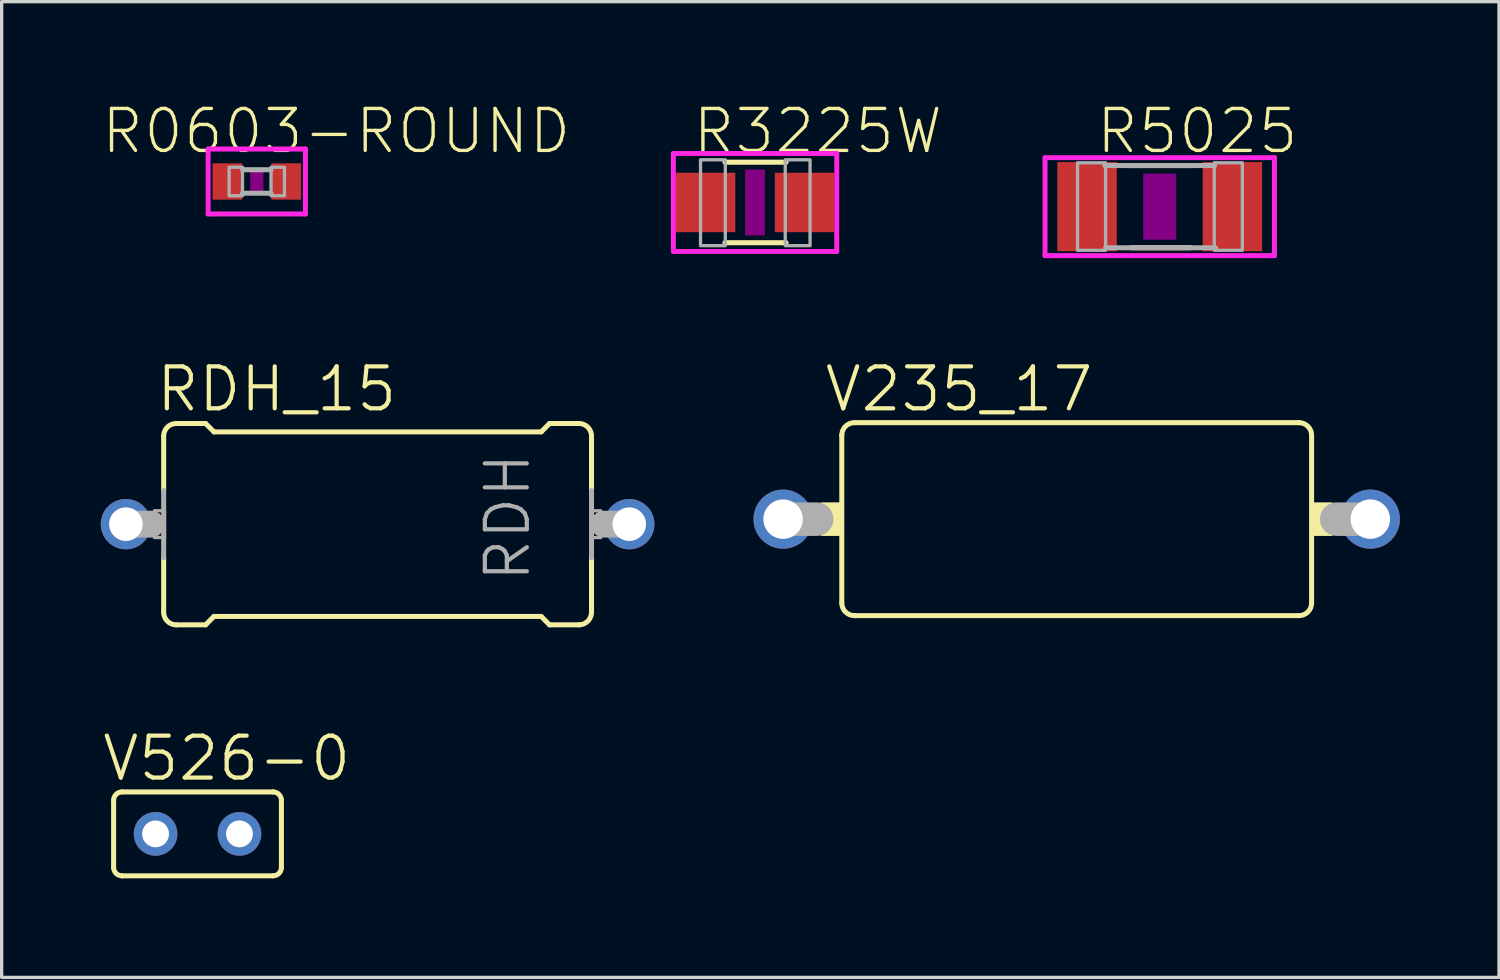
<source format=kicad_pcb>
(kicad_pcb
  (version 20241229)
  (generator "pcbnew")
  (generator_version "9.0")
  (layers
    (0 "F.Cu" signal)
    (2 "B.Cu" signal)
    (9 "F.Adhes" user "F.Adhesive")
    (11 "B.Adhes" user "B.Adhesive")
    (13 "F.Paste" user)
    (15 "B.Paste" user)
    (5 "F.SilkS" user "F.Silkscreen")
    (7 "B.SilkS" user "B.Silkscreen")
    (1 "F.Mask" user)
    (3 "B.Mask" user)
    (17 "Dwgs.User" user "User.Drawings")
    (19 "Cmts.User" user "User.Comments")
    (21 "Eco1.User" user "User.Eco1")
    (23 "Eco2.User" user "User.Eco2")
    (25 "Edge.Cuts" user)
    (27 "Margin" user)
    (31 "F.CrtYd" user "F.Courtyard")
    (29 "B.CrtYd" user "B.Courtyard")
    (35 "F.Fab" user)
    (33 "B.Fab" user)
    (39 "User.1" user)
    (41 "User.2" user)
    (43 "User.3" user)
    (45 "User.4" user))
  (footprint "R3225W"
    (layer "F.Cu")
    (at 19.811 3.08)
    (property "Reference" "R3225W" (at 1.899 -2.159 0) (layer "F.SilkS") (effects (font (size 1.27 1.27) (thickness 0.102))))
    (attr through_hole)
    (fp_line (start -0.913 -1.219) (end 0.939 -1.219) (stroke (width 0.152) (type solid)) (layer "F.SilkS"))
    (fp_line (start -0.913 1.219) (end 0.939 1.219) (stroke (width 0.152) (type solid)) (layer "F.SilkS"))
    (fp_poly (pts (xy -0.3 -1) (xy 0.3 -1) (xy 0.3 1) (xy -0.3 1)) (stroke (width 0) (type solid)) (fill yes) (layer "F.Adhes"))
    (fp_line (start -2.473 -1.483) (end 2.473 -1.483) (stroke (width 0.15) (type solid)) (layer "F.CrtYd"))
    (fp_line (start -2.473 1.483) (end -2.473 -1.483) (stroke (width 0.15) (type solid)) (layer "F.CrtYd"))
    (fp_line (start 2.473 -1.483) (end 2.473 1.483) (stroke (width 0.15) (type solid)) (layer "F.CrtYd"))
    (fp_line (start 2.473 1.483) (end -2.473 1.483) (stroke (width 0.15) (type solid)) (layer "F.CrtYd"))
    (fp_poly (pts (xy -1.651 -1.292) (xy -0.901 -1.292) (xy -0.901 1.308) (xy -1.651 1.308)) (stroke (width 0.1) (type solid)) (fill no) (layer "F.Fab"))
    (fp_poly (pts (xy 0.914 -1.292) (xy 1.665 -1.292) (xy 1.665 1.308) (xy 0.914 1.308)) (stroke (width 0.1) (type solid)) (fill no) (layer "F.Fab"))
    (pad "1" smd rect (at -1.499 0) (size 1.8 1.8) (layers "F.Cu" "F.Mask" "F.Paste"))
    (pad "2" smd rect (at 1.499 0) (size 1.8 1.8) (layers "F.Cu" "F.Mask" "F.Paste")))
  (footprint "R0603-ROUND"
    (layer "F.Cu")
    (at 4.724 2.445)
    (property "Reference" "R0603-ROUND" (at 2.407 -1.524 0) (layer "F.SilkS") (effects (font (size 1.27 1.27) (thickness 0.102))))
    (attr through_hole)
    (fp_poly (pts (xy -0.2 -0.4) (xy 0.2 -0.4) (xy 0.2 0.4) (xy -0.2 0.4)) (stroke (width 0) (type solid)) (fill yes) (layer "F.Adhes"))
    (fp_line (start -1.473 -0.983) (end 1.473 -0.983) (stroke (width 0.15) (type solid)) (layer "F.CrtYd"))
    (fp_line (start -1.473 0.983) (end -1.473 -0.983) (stroke (width 0.15) (type solid)) (layer "F.CrtYd"))
    (fp_line (start 1.473 -0.983) (end 1.473 0.983) (stroke (width 0.15) (type solid)) (layer "F.CrtYd"))
    (fp_line (start 1.473 0.983) (end -1.473 0.983) (stroke (width 0.15) (type solid)) (layer "F.CrtYd"))
    (fp_line (start -0.432 0.356) (end 0.432 0.356) (stroke (width 0.152) (type solid)) (layer "F.Fab"))
    (fp_line (start 0.432 -0.356) (end -0.432 -0.356) (stroke (width 0.152) (type solid)) (layer "F.Fab"))
    (fp_poly (pts (xy -0.838 -0.432) (xy -0.432 -0.432) (xy -0.432 0.432) (xy -0.838 0.432)) (stroke (width 0.1) (type solid)) (fill no) (layer "F.Fab"))
    (fp_poly (pts (xy 0.432 -0.432) (xy 0.838 -0.432) (xy 0.838 0.432) (xy 0.432 0.432)) (stroke (width 0.1) (type solid)) (fill no) (layer "F.Fab"))
    (pad "1" smd rect (at -0.889 0) (size 0.898 1.1) (layers "F.Cu" "F.Mask" "F.Paste"))
    (pad "2" smd rect (at 0.889 0) (size 0.898 1.1) (layers "F.Cu" "F.Mask" "F.Paste")))
  (footprint "V235_17"
    (layer "F.Cu")
    (at 29.549 12.668)
    (property "Reference" "V235_17" (at -3.562 -3.937 0) (layer "F.SilkS") (effects (font (size 1.27 1.27) (thickness 0.127))))
    (attr through_hole)
    (fp_line (start -7.112 -2.54) (end -7.112 2.54) (stroke (width 0.152) (type solid)) (layer "F.SilkS"))
    (fp_line (start -6.731 -2.921) (end 6.731 -2.921) (stroke (width 0.152) (type solid)) (layer "F.SilkS"))
    (fp_line (start 6.731 2.921) (end -6.731 2.921) (stroke (width 0.152) (type solid)) (layer "F.SilkS"))
    (fp_line (start 7.112 -2.54) (end 7.112 2.54) (stroke (width 0.152) (type solid)) (layer "F.SilkS"))
    (fp_arc (start -7.112 -2.54) (mid -7.000408 -2.809408) (end -6.731 -2.921) (stroke (width 0.1524) (type solid)) (layer "F.SilkS"))
    (fp_arc (start -6.731 2.921) (mid -7.000408 2.809408) (end -7.112 2.54) (stroke (width 0.1524) (type solid)) (layer "F.SilkS"))
    (fp_arc (start 6.731 -2.921) (mid 7.000408 -2.809408) (end 7.112 -2.54) (stroke (width 0.1524) (type solid)) (layer "F.SilkS"))
    (fp_arc (start 7.112 2.54) (mid 7.000408 2.809408) (end 6.731 2.921) (stroke (width 0.1524) (type solid)) (layer "F.SilkS"))
    (fp_poly (pts (xy -7.747 -0.508) (xy -7.112 -0.508) (xy -7.112 0.508) (xy -7.747 0.508)) (stroke (width 0) (type solid)) (fill yes) (layer "F.SilkS"))
    (fp_poly (pts (xy 7.112 -0.508) (xy 7.747 -0.508) (xy 7.747 0.508) (xy 7.112 0.508)) (stroke (width 0) (type solid)) (fill yes) (layer "F.SilkS"))
    (fp_line (start -7.874 0) (end -8.89 0) (stroke (width 1.016) (type solid)) (layer "F.Fab"))
    (fp_line (start 8.89 0) (end 7.874 0) (stroke (width 1.016) (type solid)) (layer "F.Fab"))
    (pad "1" thru_hole circle (at -8.89 0) (size 1.791 1.791) (drill 1.194) (layers "*.Cu" "*.Mask"))
    (pad "2" thru_hole circle (at 8.89 0) (size 1.791 1.791) (drill 1.194) (layers "*.Cu" "*.Mask")))
  (footprint "RDH_15"
    (layer "F.Cu")
    (at 8.382 12.82)
    (property "Reference" "RDH_15" (at -3.054 -4.089 0) (layer "F.SilkS") (effects (font (size 1.27 1.27) (thickness 0.127))))
    (attr through_hole)
    (fp_line (start -6.477 -1.016) (end -6.477 -2.667) (stroke (width 0.152) (type solid)) (layer "F.SilkS"))
    (fp_line (start -6.477 2.667) (end -6.477 1.016) (stroke (width 0.152) (type solid)) (layer "F.SilkS"))
    (fp_line (start -6.096 -3.048) (end -5.207 -3.048) (stroke (width 0.152) (type solid)) (layer "F.SilkS"))
    (fp_line (start -6.096 3.048) (end -5.207 3.048) (stroke (width 0.152) (type solid)) (layer "F.SilkS"))
    (fp_line (start -4.953 -2.794) (end -5.207 -3.048) (stroke (width 0.152) (type solid)) (layer "F.SilkS"))
    (fp_line (start -4.953 2.794) (end -5.207 3.048) (stroke (width 0.152) (type solid)) (layer "F.SilkS"))
    (fp_line (start 4.953 -2.794) (end -4.953 -2.794) (stroke (width 0.152) (type solid)) (layer "F.SilkS"))
    (fp_line (start 4.953 -2.794) (end 5.207 -3.048) (stroke (width 0.152) (type solid)) (layer "F.SilkS"))
    (fp_line (start 4.953 2.794) (end -4.953 2.794) (stroke (width 0.152) (type solid)) (layer "F.SilkS"))
    (fp_line (start 4.953 2.794) (end 5.207 3.048) (stroke (width 0.152) (type solid)) (layer "F.SilkS"))
    (fp_line (start 6.096 -3.048) (end 5.207 -3.048) (stroke (width 0.152) (type solid)) (layer "F.SilkS"))
    (fp_line (start 6.096 3.048) (end 5.207 3.048) (stroke (width 0.152) (type solid)) (layer "F.SilkS"))
    (fp_line (start 6.477 -1.016) (end 6.477 -2.667) (stroke (width 0.152) (type solid)) (layer "F.SilkS"))
    (fp_line (start 6.477 2.667) (end 6.477 1.016) (stroke (width 0.152) (type solid)) (layer "F.SilkS"))
    (fp_arc (start -6.477 -2.667) (mid -6.365408 -2.936408) (end -6.096 -3.048) (stroke (width 0.1524) (type solid)) (layer "F.SilkS"))
    (fp_arc (start -6.096 3.048) (mid -6.365408 2.936408) (end -6.477 2.667) (stroke (width 0.1524) (type solid)) (layer "F.SilkS"))
    (fp_arc (start 6.096 -3.048) (mid 6.365408 -2.936408) (end 6.477 -2.667) (stroke (width 0.1524) (type solid)) (layer "F.SilkS"))
    (fp_arc (start 6.477 2.667) (mid 6.365408 2.936408) (end 6.096 3.048) (stroke (width 0.1524) (type solid)) (layer "F.SilkS"))
    (fp_line (start -7.62 0) (end -6.858 0) (stroke (width 0.813) (type solid)) (layer "F.Fab"))
    (fp_line (start -6.477 -1.016) (end -6.477 1.016) (stroke (width 0.152) (type solid)) (layer "F.Fab"))
    (fp_line (start 6.477 -1.016) (end 6.477 1.016) (stroke (width 0.152) (type solid)) (layer "F.Fab"))
    (fp_line (start 6.858 0) (end 7.62 0) (stroke (width 0.813) (type solid)) (layer "F.Fab"))
    (fp_poly (pts (xy -6.756 -0.406) (xy -6.452 -0.406) (xy -6.452 0.406) (xy -6.756 0.406)) (stroke (width 0.1) (type solid)) (fill no) (layer "F.Fab"))
    (fp_poly (pts (xy 6.452 -0.406) (xy 6.756 -0.406) (xy 6.756 0.406) (xy 6.452 0.406)) (stroke (width 0.1) (type solid)) (fill no) (layer "F.Fab"))
    (fp_text user "RDH" (at 3.937 -0.208 90) (layer "F.Fab") (effects (font (size 1.27 1.27) (thickness 0.127))))
    (pad "1" thru_hole circle (at -7.62 0) (size 1.524 1.524) (drill 1.016) (layers "*.Cu" "*.Mask"))
    (pad "2" thru_hole circle (at 7.62 0) (size 1.524 1.524) (drill 1.016) (layers "*.Cu" "*.Mask")))
  (footprint "V526-0"
    (layer "F.Cu")
    (at 2.93 22.197)
    (property "Reference" "V526-0" (at 0.883 -2.286 0) (layer "F.SilkS") (effects (font (size 1.27 1.27) (thickness 0.127))))
    (attr through_hole)
    (fp_line (start -2.54 -1.016) (end -2.54 1.016) (stroke (width 0.152) (type solid)) (layer "F.SilkS"))
    (fp_line (start -2.286 1.27) (end 2.286 1.27) (stroke (width 0.152) (type solid)) (layer "F.SilkS"))
    (fp_line (start 2.286 -1.27) (end -2.286 -1.27) (stroke (width 0.152) (type solid)) (layer "F.SilkS"))
    (fp_line (start 2.54 1.016) (end 2.54 -1.016) (stroke (width 0.152) (type solid)) (layer "F.SilkS"))
    (fp_arc (start -2.54 -1.016) (mid -2.465605 -1.195605) (end -2.286 -1.27) (stroke (width 0.1524) (type solid)) (layer "F.SilkS"))
    (fp_arc (start -2.286 1.27) (mid -2.465605 1.195605) (end -2.54 1.016) (stroke (width 0.1524) (type solid)) (layer "F.SilkS"))
    (fp_arc (start 2.286 -1.27) (mid 2.465605 -1.195605) (end 2.54 -1.016) (stroke (width 0.1524) (type solid)) (layer "F.SilkS"))
    (fp_arc (start 2.54 1.016) (mid 2.465605 1.195605) (end 2.286 1.27) (stroke (width 0.1524) (type solid)) (layer "F.SilkS"))
    (pad "1" thru_hole circle (at -1.27 0) (size 1.321 1.321) (drill 0.813) (layers "*.Cu" "*.Mask"))
    (pad "2" thru_hole circle (at 1.27 0) (size 1.321 1.321) (drill 0.813) (layers "*.Cu" "*.Mask")))
  (footprint "R5025"
    (layer "F.Cu")
    (at 32.063 3.207)
    (property "Reference" "R5025" (at 1.137 -2.286 0) (layer "F.SilkS") (effects (font (size 1.27 1.27) (thickness 0.102))))
    (attr through_hole)
    (fp_line (start -0.9 -1.245) (end 0.9 -1.245) (stroke (width 0.152) (type solid)) (layer "F.SilkS"))
    (fp_line (start -0.875 1.245) (end 0.925 1.245) (stroke (width 0.152) (type solid)) (layer "F.SilkS"))
    (fp_poly (pts (xy -0.5 -1) (xy 0.5 -1) (xy 0.5 1) (xy -0.5 1)) (stroke (width 0) (type solid)) (fill yes) (layer "F.Adhes"))
    (fp_line (start -3.473 -1.483) (end 3.473 -1.483) (stroke (width 0.15) (type solid)) (layer "F.CrtYd"))
    (fp_line (start -3.473 1.483) (end -3.473 -1.483) (stroke (width 0.15) (type solid)) (layer "F.CrtYd"))
    (fp_line (start 3.473 -1.483) (end 3.473 1.483) (stroke (width 0.15) (type solid)) (layer "F.CrtYd"))
    (fp_line (start 3.473 1.483) (end -3.473 1.483) (stroke (width 0.15) (type solid)) (layer "F.CrtYd"))
    (fp_line (start -1.662 -1.245) (end 1.662 -1.245) (stroke (width 0.152) (type solid)) (layer "F.Fab"))
    (fp_line (start -1.637 1.245) (end 1.687 1.245) (stroke (width 0.152) (type solid)) (layer "F.Fab"))
    (fp_poly (pts (xy -2.489 -1.329) (xy -1.639 -1.329) (xy -1.639 1.321) (xy -2.489 1.321)) (stroke (width 0.1) (type solid)) (fill no) (layer "F.Fab"))
    (fp_poly (pts (xy 1.651 -1.329) (xy 2.501 -1.329) (xy 2.501 1.321) (xy 1.651 1.321)) (stroke (width 0.1) (type solid)) (fill no) (layer "F.Fab"))
    (pad "1" smd rect (at -2.2 0) (size 1.8 2.7) (layers "F.Cu" "F.Mask" "F.Paste"))
    (pad "2" smd rect (at 2.2 0) (size 1.8 2.7) (layers "F.Cu" "F.Mask" "F.Paste")))
  (gr_rect
    (start -3 -3)
    (end 42.335 26.543)
    (stroke (width 0.1) (type default))
    (fill no)
    (layer "Edge.Cuts")))
</source>
